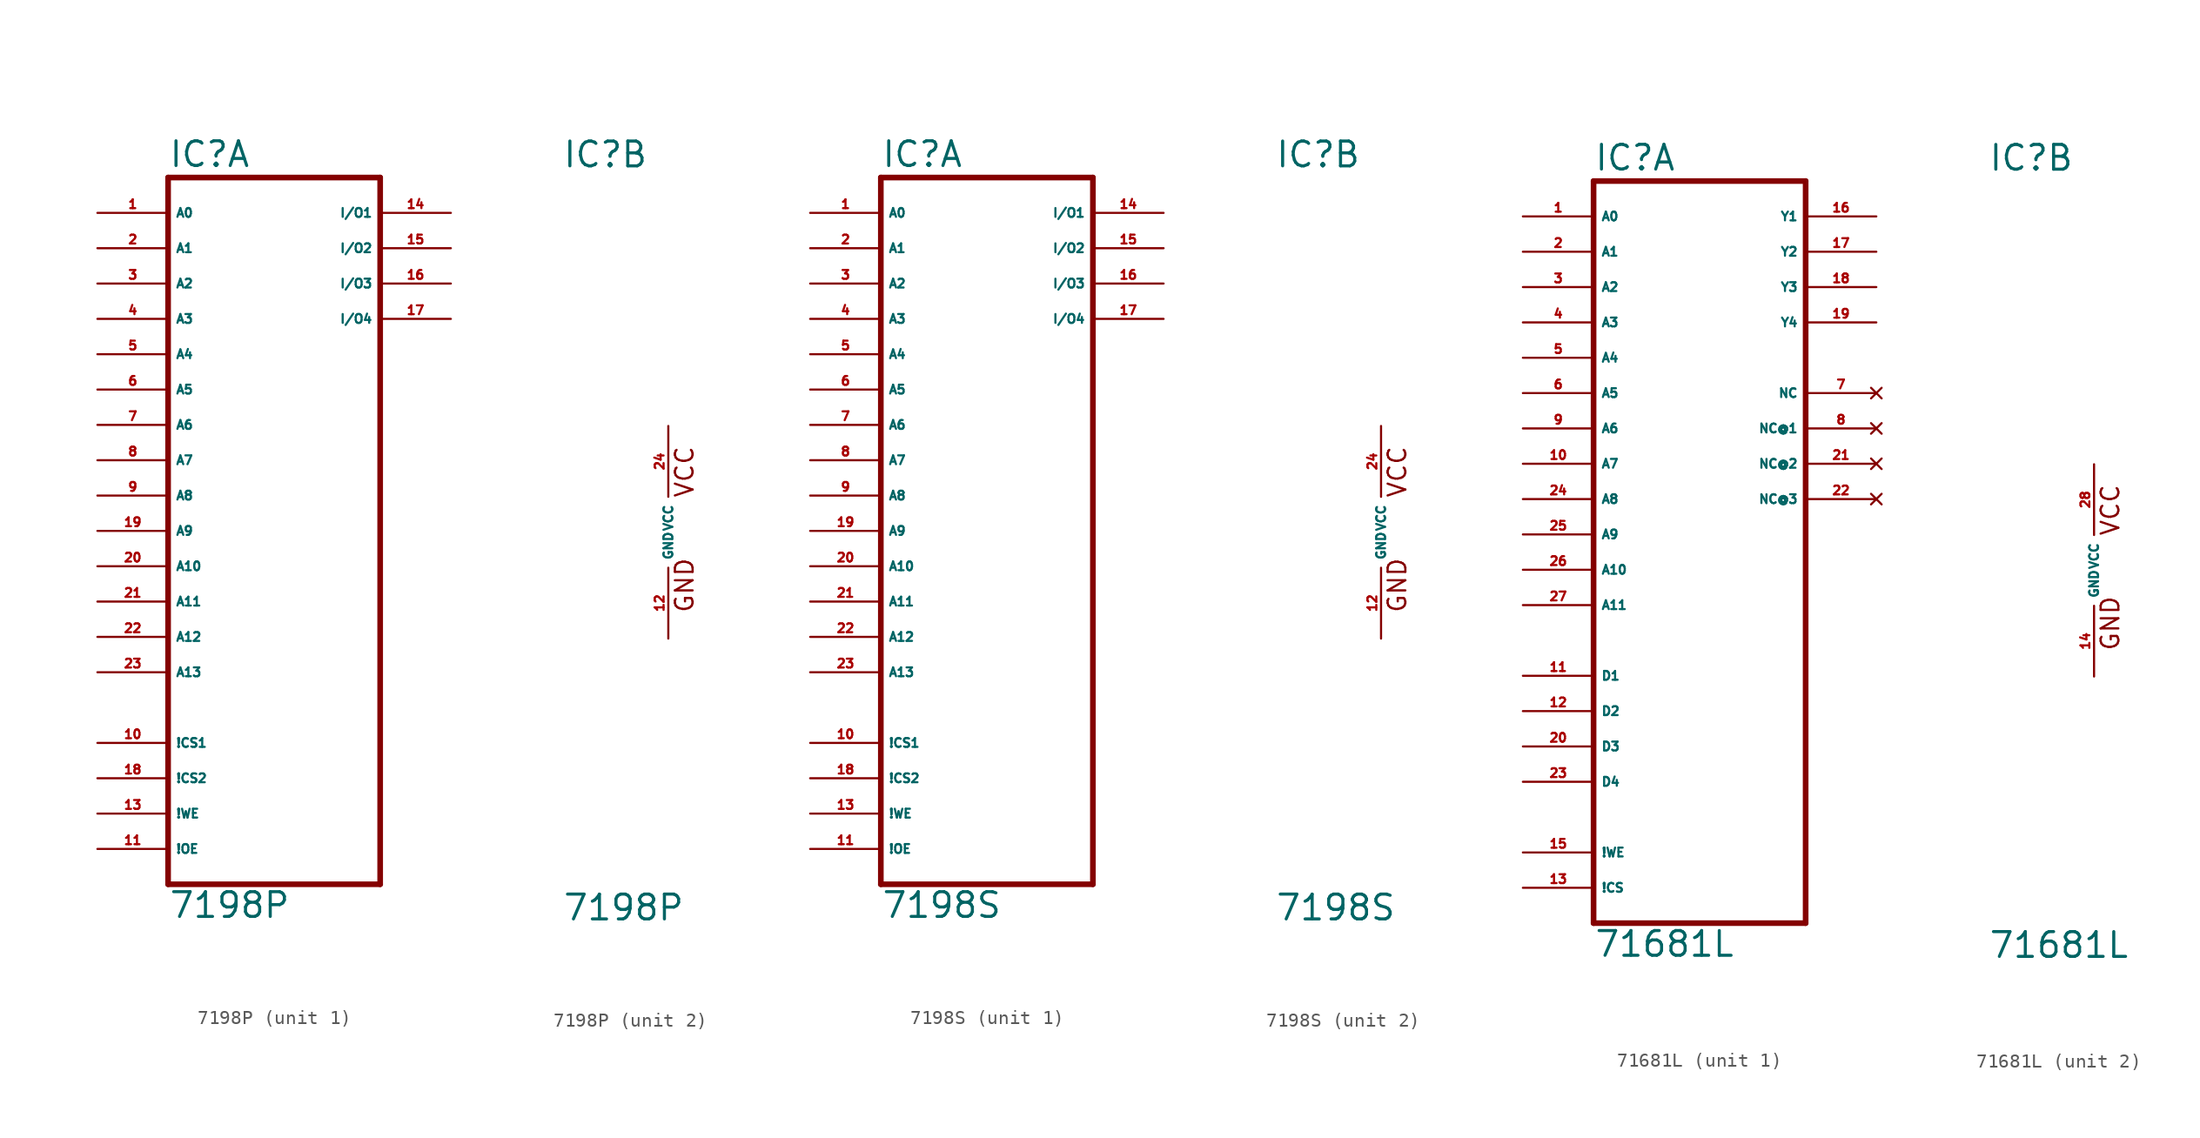
<source format=kicad_sym>
(kicad_symbol_lib
  (version 20220914)
  (generator Eagle2Kicad)
  (symbol "7198P"
    (property "Reference" "IC"
      (at -7.62 26.035 0)
      (effects (font (size 1.778 1.778) (thickness 0.22)) (justify left bottom)))
    (property "Value" "7198P"
      (at -7.62 -27.94 0)
      (effects (font (size 1.778 1.778) (thickness 0.22)) (justify left bottom)))
    (symbol "7198P_1_0"
      (polyline (pts (xy -7.62 -25.4) (xy 7.62 -25.4)) (stroke (width 0.406) (type default)) (fill (type none)))
      (polyline (pts (xy 7.62 -25.4) (xy 7.62 25.4)) (stroke (width 0.406) (type default)) (fill (type none)))
      (polyline (pts (xy 7.62 25.4) (xy -7.62 25.4)) (stroke (width 0.406) (type default)) (fill (type none)))
      (polyline (pts (xy -7.62 25.4) (xy -7.62 -25.4)) (stroke (width 0.406) (type default)) (fill (type none)))
      (pin input line (at -12.7 22.86 0) (length 5.08) (name "A0" (effects (font (size 0.635 0.635) (thickness 0.08)) (justify left bottom))) (number "1" (effects (font (size 0.635 0.635) (thickness 0.08)) (justify left bottom))))
      (pin input line (at -12.7 20.32 0) (length 5.08) (name "A1" (effects (font (size 0.635 0.635) (thickness 0.08)) (justify left bottom))) (number "2" (effects (font (size 0.635 0.635) (thickness 0.08)) (justify left bottom))))
      (pin input line (at -12.7 17.78 0) (length 5.08) (name "A2" (effects (font (size 0.635 0.635) (thickness 0.08)) (justify left bottom))) (number "3" (effects (font (size 0.635 0.635) (thickness 0.08)) (justify left bottom))))
      (pin input line (at -12.7 15.24 0) (length 5.08) (name "A3" (effects (font (size 0.635 0.635) (thickness 0.08)) (justify left bottom))) (number "4" (effects (font (size 0.635 0.635) (thickness 0.08)) (justify left bottom))))
      (pin input line (at -12.7 12.7 0) (length 5.08) (name "A4" (effects (font (size 0.635 0.635) (thickness 0.08)) (justify left bottom))) (number "5" (effects (font (size 0.635 0.635) (thickness 0.08)) (justify left bottom))))
      (pin input line (at -12.7 10.16 0) (length 5.08) (name "A5" (effects (font (size 0.635 0.635) (thickness 0.08)) (justify left bottom))) (number "6" (effects (font (size 0.635 0.635) (thickness 0.08)) (justify left bottom))))
      (pin input line (at -12.7 7.62 0) (length 5.08) (name "A6" (effects (font (size 0.635 0.635) (thickness 0.08)) (justify left bottom))) (number "7" (effects (font (size 0.635 0.635) (thickness 0.08)) (justify left bottom))))
      (pin input line (at -12.7 5.08 0) (length 5.08) (name "A7" (effects (font (size 0.635 0.635) (thickness 0.08)) (justify left bottom))) (number "8" (effects (font (size 0.635 0.635) (thickness 0.08)) (justify left bottom))))
      (pin input line (at -12.7 2.54 0) (length 5.08) (name "A8" (effects (font (size 0.635 0.635) (thickness 0.08)) (justify left bottom))) (number "9" (effects (font (size 0.635 0.635) (thickness 0.08)) (justify left bottom))))
      (pin input line (at -12.7 0 0) (length 5.08) (name "A9" (effects (font (size 0.635 0.635) (thickness 0.08)) (justify left bottom))) (number "19" (effects (font (size 0.635 0.635) (thickness 0.08)) (justify left bottom))))
      (pin input line (at -12.7 -2.54 0) (length 5.08) (name "A10" (effects (font (size 0.635 0.635) (thickness 0.08)) (justify left bottom))) (number "20" (effects (font (size 0.635 0.635) (thickness 0.08)) (justify left bottom))))
      (pin input line (at -12.7 -5.08 0) (length 5.08) (name "A11" (effects (font (size 0.635 0.635) (thickness 0.08)) (justify left bottom))) (number "21" (effects (font (size 0.635 0.635) (thickness 0.08)) (justify left bottom))))
      (pin input line (at -12.7 -7.62 0) (length 5.08) (name "A12" (effects (font (size 0.635 0.635) (thickness 0.08)) (justify left bottom))) (number "22" (effects (font (size 0.635 0.635) (thickness 0.08)) (justify left bottom))))
      (pin input line (at -12.7 -10.16 0) (length 5.08) (name "A13" (effects (font (size 0.635 0.635) (thickness 0.08)) (justify left bottom))) (number "23" (effects (font (size 0.635 0.635) (thickness 0.08)) (justify left bottom))))
      (pin input line (at -12.7 -17.78 0) (length 5.08) (name "!CS2" (effects (font (size 0.635 0.635) (thickness 0.08)) (justify left bottom))) (number "18" (effects (font (size 0.635 0.635) (thickness 0.08)) (justify left bottom))))
      (pin input line (at -12.7 -20.32 0) (length 5.08) (name "!WE" (effects (font (size 0.635 0.635) (thickness 0.08)) (justify left bottom))) (number "13" (effects (font (size 0.635 0.635) (thickness 0.08)) (justify left bottom))))
      (pin bidirectional line (at 12.7 22.86 180) (length 5.08) (name "I/O1" (effects (font (size 0.635 0.635) (thickness 0.08)) (justify left bottom))) (number "14" (effects (font (size 0.635 0.635) (thickness 0.08)) (justify left bottom))))
      (pin bidirectional line (at 12.7 20.32 180) (length 5.08) (name "I/O2" (effects (font (size 0.635 0.635) (thickness 0.08)) (justify left bottom))) (number "15" (effects (font (size 0.635 0.635) (thickness 0.08)) (justify left bottom))))
      (pin bidirectional line (at 12.7 17.78 180) (length 5.08) (name "I/O3" (effects (font (size 0.635 0.635) (thickness 0.08)) (justify left bottom))) (number "16" (effects (font (size 0.635 0.635) (thickness 0.08)) (justify left bottom))))
      (pin bidirectional line (at 12.7 15.24 180) (length 5.08) (name "I/O4" (effects (font (size 0.635 0.635) (thickness 0.08)) (justify left bottom))) (number "17" (effects (font (size 0.635 0.635) (thickness 0.08)) (justify left bottom))))
      (pin input line (at -12.7 -15.24 0) (length 5.08) (name "!CS1" (effects (font (size 0.635 0.635) (thickness 0.08)) (justify left bottom))) (number "10" (effects (font (size 0.635 0.635) (thickness 0.08)) (justify left bottom))))
      (pin input line (at -12.7 -22.86 0) (length 5.08) (name "!OE" (effects (font (size 0.635 0.635) (thickness 0.08)) (justify left bottom))) (number "11" (effects (font (size 0.635 0.635) (thickness 0.08)) (justify left bottom)))))
    (symbol "7198P_2_0"
      (text "GND" (at 1.905 -5.842 900) (effects (font (size 1.27 1.27) (thickness 0.16)) (justify left bottom)))
      (text "VCC" (at 1.905 2.413 900) (effects (font (size 1.27 1.27) (thickness 0.16)) (justify left bottom)))
      (pin unspecified line (at 0 7.62 270) (length 5.08) (name "VCC" (effects (font (size 0.635 0.635) (thickness 0.08)) (justify left bottom))) (number "24" (effects (font (size 0.635 0.635) (thickness 0.08)) (justify left bottom))))
      (pin unspecified line (at 0 -7.62 90) (length 5.08) (name "GND" (effects (font (size 0.635 0.635) (thickness 0.08)) (justify left bottom))) (number "12" (effects (font (size 0.635 0.635) (thickness 0.08)) (justify left bottom))))))
  (symbol "7198S"
    (property "Reference" "IC"
      (at -7.62 26.035 0)
      (effects (font (size 1.778 1.778) (thickness 0.22)) (justify left bottom)))
    (property "Value" "7198S"
      (at -7.62 -27.94 0)
      (effects (font (size 1.778 1.778) (thickness 0.22)) (justify left bottom)))
    (symbol "7198S_1_0"
      (polyline (pts (xy -7.62 -25.4) (xy 7.62 -25.4)) (stroke (width 0.406) (type default)) (fill (type none)))
      (polyline (pts (xy 7.62 -25.4) (xy 7.62 25.4)) (stroke (width 0.406) (type default)) (fill (type none)))
      (polyline (pts (xy 7.62 25.4) (xy -7.62 25.4)) (stroke (width 0.406) (type default)) (fill (type none)))
      (polyline (pts (xy -7.62 25.4) (xy -7.62 -25.4)) (stroke (width 0.406) (type default)) (fill (type none)))
      (pin input line (at -12.7 22.86 0) (length 5.08) (name "A0" (effects (font (size 0.635 0.635) (thickness 0.08)) (justify left bottom))) (number "1" (effects (font (size 0.635 0.635) (thickness 0.08)) (justify left bottom))))
      (pin input line (at -12.7 20.32 0) (length 5.08) (name "A1" (effects (font (size 0.635 0.635) (thickness 0.08)) (justify left bottom))) (number "2" (effects (font (size 0.635 0.635) (thickness 0.08)) (justify left bottom))))
      (pin input line (at -12.7 17.78 0) (length 5.08) (name "A2" (effects (font (size 0.635 0.635) (thickness 0.08)) (justify left bottom))) (number "3" (effects (font (size 0.635 0.635) (thickness 0.08)) (justify left bottom))))
      (pin input line (at -12.7 15.24 0) (length 5.08) (name "A3" (effects (font (size 0.635 0.635) (thickness 0.08)) (justify left bottom))) (number "4" (effects (font (size 0.635 0.635) (thickness 0.08)) (justify left bottom))))
      (pin input line (at -12.7 12.7 0) (length 5.08) (name "A4" (effects (font (size 0.635 0.635) (thickness 0.08)) (justify left bottom))) (number "5" (effects (font (size 0.635 0.635) (thickness 0.08)) (justify left bottom))))
      (pin input line (at -12.7 10.16 0) (length 5.08) (name "A5" (effects (font (size 0.635 0.635) (thickness 0.08)) (justify left bottom))) (number "6" (effects (font (size 0.635 0.635) (thickness 0.08)) (justify left bottom))))
      (pin input line (at -12.7 7.62 0) (length 5.08) (name "A6" (effects (font (size 0.635 0.635) (thickness 0.08)) (justify left bottom))) (number "7" (effects (font (size 0.635 0.635) (thickness 0.08)) (justify left bottom))))
      (pin input line (at -12.7 5.08 0) (length 5.08) (name "A7" (effects (font (size 0.635 0.635) (thickness 0.08)) (justify left bottom))) (number "8" (effects (font (size 0.635 0.635) (thickness 0.08)) (justify left bottom))))
      (pin input line (at -12.7 2.54 0) (length 5.08) (name "A8" (effects (font (size 0.635 0.635) (thickness 0.08)) (justify left bottom))) (number "9" (effects (font (size 0.635 0.635) (thickness 0.08)) (justify left bottom))))
      (pin input line (at -12.7 0 0) (length 5.08) (name "A9" (effects (font (size 0.635 0.635) (thickness 0.08)) (justify left bottom))) (number "19" (effects (font (size 0.635 0.635) (thickness 0.08)) (justify left bottom))))
      (pin input line (at -12.7 -2.54 0) (length 5.08) (name "A10" (effects (font (size 0.635 0.635) (thickness 0.08)) (justify left bottom))) (number "20" (effects (font (size 0.635 0.635) (thickness 0.08)) (justify left bottom))))
      (pin input line (at -12.7 -5.08 0) (length 5.08) (name "A11" (effects (font (size 0.635 0.635) (thickness 0.08)) (justify left bottom))) (number "21" (effects (font (size 0.635 0.635) (thickness 0.08)) (justify left bottom))))
      (pin input line (at -12.7 -7.62 0) (length 5.08) (name "A12" (effects (font (size 0.635 0.635) (thickness 0.08)) (justify left bottom))) (number "22" (effects (font (size 0.635 0.635) (thickness 0.08)) (justify left bottom))))
      (pin input line (at -12.7 -10.16 0) (length 5.08) (name "A13" (effects (font (size 0.635 0.635) (thickness 0.08)) (justify left bottom))) (number "23" (effects (font (size 0.635 0.635) (thickness 0.08)) (justify left bottom))))
      (pin input line (at -12.7 -17.78 0) (length 5.08) (name "!CS2" (effects (font (size 0.635 0.635) (thickness 0.08)) (justify left bottom))) (number "18" (effects (font (size 0.635 0.635) (thickness 0.08)) (justify left bottom))))
      (pin input line (at -12.7 -20.32 0) (length 5.08) (name "!WE" (effects (font (size 0.635 0.635) (thickness 0.08)) (justify left bottom))) (number "13" (effects (font (size 0.635 0.635) (thickness 0.08)) (justify left bottom))))
      (pin bidirectional line (at 12.7 22.86 180) (length 5.08) (name "I/O1" (effects (font (size 0.635 0.635) (thickness 0.08)) (justify left bottom))) (number "14" (effects (font (size 0.635 0.635) (thickness 0.08)) (justify left bottom))))
      (pin bidirectional line (at 12.7 20.32 180) (length 5.08) (name "I/O2" (effects (font (size 0.635 0.635) (thickness 0.08)) (justify left bottom))) (number "15" (effects (font (size 0.635 0.635) (thickness 0.08)) (justify left bottom))))
      (pin bidirectional line (at 12.7 17.78 180) (length 5.08) (name "I/O3" (effects (font (size 0.635 0.635) (thickness 0.08)) (justify left bottom))) (number "16" (effects (font (size 0.635 0.635) (thickness 0.08)) (justify left bottom))))
      (pin bidirectional line (at 12.7 15.24 180) (length 5.08) (name "I/O4" (effects (font (size 0.635 0.635) (thickness 0.08)) (justify left bottom))) (number "17" (effects (font (size 0.635 0.635) (thickness 0.08)) (justify left bottom))))
      (pin input line (at -12.7 -15.24 0) (length 5.08) (name "!CS1" (effects (font (size 0.635 0.635) (thickness 0.08)) (justify left bottom))) (number "10" (effects (font (size 0.635 0.635) (thickness 0.08)) (justify left bottom))))
      (pin input line (at -12.7 -22.86 0) (length 5.08) (name "!OE" (effects (font (size 0.635 0.635) (thickness 0.08)) (justify left bottom))) (number "11" (effects (font (size 0.635 0.635) (thickness 0.08)) (justify left bottom)))))
    (symbol "7198S_2_0"
      (text "GND" (at 1.905 -5.842 900) (effects (font (size 1.27 1.27) (thickness 0.16)) (justify left bottom)))
      (text "VCC" (at 1.905 2.413 900) (effects (font (size 1.27 1.27) (thickness 0.16)) (justify left bottom)))
      (pin unspecified line (at 0 7.62 270) (length 5.08) (name "VCC" (effects (font (size 0.635 0.635) (thickness 0.08)) (justify left bottom))) (number "24" (effects (font (size 0.635 0.635) (thickness 0.08)) (justify left bottom))))
      (pin unspecified line (at 0 -7.62 90) (length 5.08) (name "GND" (effects (font (size 0.635 0.635) (thickness 0.08)) (justify left bottom))) (number "12" (effects (font (size 0.635 0.635) (thickness 0.08)) (justify left bottom))))))
  (symbol "71681L"
    (property "Reference" "IC"
      (at -7.62 28.575 0)
      (effects (font (size 1.778 1.778) (thickness 0.22)) (justify left bottom)))
    (property "Value" "71681L"
      (at -7.62 -27.94 0)
      (effects (font (size 1.778 1.778) (thickness 0.22)) (justify left bottom)))
    (symbol "71681L_1_0"
      (polyline (pts (xy -7.62 -25.4) (xy 7.62 -25.4)) (stroke (width 0.406) (type default)) (fill (type none)))
      (polyline (pts (xy 7.62 -25.4) (xy 7.62 27.94)) (stroke (width 0.406) (type default)) (fill (type none)))
      (polyline (pts (xy 7.62 27.94) (xy -7.62 27.94)) (stroke (width 0.406) (type default)) (fill (type none)))
      (polyline (pts (xy -7.62 27.94) (xy -7.62 -25.4)) (stroke (width 0.406) (type default)) (fill (type none)))
      (pin input line (at -12.7 25.4 0) (length 5.08) (name "A0" (effects (font (size 0.635 0.635) (thickness 0.08)) (justify left bottom))) (number "1" (effects (font (size 0.635 0.635) (thickness 0.08)) (justify left bottom))))
      (pin input line (at -12.7 22.86 0) (length 5.08) (name "A1" (effects (font (size 0.635 0.635) (thickness 0.08)) (justify left bottom))) (number "2" (effects (font (size 0.635 0.635) (thickness 0.08)) (justify left bottom))))
      (pin input line (at -12.7 20.32 0) (length 5.08) (name "A2" (effects (font (size 0.635 0.635) (thickness 0.08)) (justify left bottom))) (number "3" (effects (font (size 0.635 0.635) (thickness 0.08)) (justify left bottom))))
      (pin input line (at -12.7 17.78 0) (length 5.08) (name "A3" (effects (font (size 0.635 0.635) (thickness 0.08)) (justify left bottom))) (number "4" (effects (font (size 0.635 0.635) (thickness 0.08)) (justify left bottom))))
      (pin input line (at -12.7 15.24 0) (length 5.08) (name "A4" (effects (font (size 0.635 0.635) (thickness 0.08)) (justify left bottom))) (number "5" (effects (font (size 0.635 0.635) (thickness 0.08)) (justify left bottom))))
      (pin input line (at -12.7 12.7 0) (length 5.08) (name "A5" (effects (font (size 0.635 0.635) (thickness 0.08)) (justify left bottom))) (number "6" (effects (font (size 0.635 0.635) (thickness 0.08)) (justify left bottom))))
      (pin input line (at -12.7 10.16 0) (length 5.08) (name "A6" (effects (font (size 0.635 0.635) (thickness 0.08)) (justify left bottom))) (number "9" (effects (font (size 0.635 0.635) (thickness 0.08)) (justify left bottom))))
      (pin input line (at -12.7 7.62 0) (length 5.08) (name "A7" (effects (font (size 0.635 0.635) (thickness 0.08)) (justify left bottom))) (number "10" (effects (font (size 0.635 0.635) (thickness 0.08)) (justify left bottom))))
      (pin input line (at -12.7 5.08 0) (length 5.08) (name "A8" (effects (font (size 0.635 0.635) (thickness 0.08)) (justify left bottom))) (number "24" (effects (font (size 0.635 0.635) (thickness 0.08)) (justify left bottom))))
      (pin input line (at -12.7 2.54 0) (length 5.08) (name "A9" (effects (font (size 0.635 0.635) (thickness 0.08)) (justify left bottom))) (number "25" (effects (font (size 0.635 0.635) (thickness 0.08)) (justify left bottom))))
      (pin input line (at -12.7 0 0) (length 5.08) (name "A10" (effects (font (size 0.635 0.635) (thickness 0.08)) (justify left bottom))) (number "26" (effects (font (size 0.635 0.635) (thickness 0.08)) (justify left bottom))))
      (pin input line (at -12.7 -2.54 0) (length 5.08) (name "A11" (effects (font (size 0.635 0.635) (thickness 0.08)) (justify left bottom))) (number "27" (effects (font (size 0.635 0.635) (thickness 0.08)) (justify left bottom))))
      (pin input line (at -12.7 -7.62 0) (length 5.08) (name "D1" (effects (font (size 0.635 0.635) (thickness 0.08)) (justify left bottom))) (number "11" (effects (font (size 0.635 0.635) (thickness 0.08)) (justify left bottom))))
      (pin input line (at -12.7 -10.16 0) (length 5.08) (name "D2" (effects (font (size 0.635 0.635) (thickness 0.08)) (justify left bottom))) (number "12" (effects (font (size 0.635 0.635) (thickness 0.08)) (justify left bottom))))
      (pin input line (at -12.7 -12.7 0) (length 5.08) (name "D3" (effects (font (size 0.635 0.635) (thickness 0.08)) (justify left bottom))) (number "20" (effects (font (size 0.635 0.635) (thickness 0.08)) (justify left bottom))))
      (pin input line (at -12.7 -15.24 0) (length 5.08) (name "D4" (effects (font (size 0.635 0.635) (thickness 0.08)) (justify left bottom))) (number "23" (effects (font (size 0.635 0.635) (thickness 0.08)) (justify left bottom))))
      (pin input line (at -12.7 -20.32 0) (length 5.08) (name "!WE" (effects (font (size 0.635 0.635) (thickness 0.08)) (justify left bottom))) (number "15" (effects (font (size 0.635 0.635) (thickness 0.08)) (justify left bottom))))
      (pin input line (at -12.7 -22.86 0) (length 5.08) (name "!CS" (effects (font (size 0.635 0.635) (thickness 0.08)) (justify left bottom))) (number "13" (effects (font (size 0.635 0.635) (thickness 0.08)) (justify left bottom))))
      (pin output line (at 12.7 25.4 180) (length 5.08) (name "Y1" (effects (font (size 0.635 0.635) (thickness 0.08)) (justify left bottom))) (number "16" (effects (font (size 0.635 0.635) (thickness 0.08)) (justify left bottom))))
      (pin output line (at 12.7 22.86 180) (length 5.08) (name "Y2" (effects (font (size 0.635 0.635) (thickness 0.08)) (justify left bottom))) (number "17" (effects (font (size 0.635 0.635) (thickness 0.08)) (justify left bottom))))
      (pin output line (at 12.7 20.32 180) (length 5.08) (name "Y3" (effects (font (size 0.635 0.635) (thickness 0.08)) (justify left bottom))) (number "18" (effects (font (size 0.635 0.635) (thickness 0.08)) (justify left bottom))))
      (pin output line (at 12.7 17.78 180) (length 5.08) (name "Y4" (effects (font (size 0.635 0.635) (thickness 0.08)) (justify left bottom))) (number "19" (effects (font (size 0.635 0.635) (thickness 0.08)) (justify left bottom))))
      (pin no_connect line (at 12.7 12.7 180) (length 5.08) (name "NC" (effects (font (size 0.635 0.635) (thickness 0.08)) (justify left bottom) hide)) (number "7" (effects (font (size 0.635 0.635) (thickness 0.08)) (justify left bottom) hide)))
      (pin no_connect line (at 12.7 10.16 180) (length 5.08) (name "NC@1" (effects (font (size 0.635 0.635) (thickness 0.08)) (justify left bottom) hide)) (number "8" (effects (font (size 0.635 0.635) (thickness 0.08)) (justify left bottom) hide)))
      (pin no_connect line (at 12.7 7.62 180) (length 5.08) (name "NC@2" (effects (font (size 0.635 0.635) (thickness 0.08)) (justify left bottom) hide)) (number "21" (effects (font (size 0.635 0.635) (thickness 0.08)) (justify left bottom) hide)))
      (pin no_connect line (at 12.7 5.08 180) (length 5.08) (name "NC@3" (effects (font (size 0.635 0.635) (thickness 0.08)) (justify left bottom) hide)) (number "22" (effects (font (size 0.635 0.635) (thickness 0.08)) (justify left bottom) hide))))
    (symbol "71681L_2_0"
      (text "GND" (at 1.905 -5.842 900) (effects (font (size 1.27 1.27) (thickness 0.16)) (justify left bottom)))
      (text "VCC" (at 1.905 2.413 900) (effects (font (size 1.27 1.27) (thickness 0.16)) (justify left bottom)))
      (pin unspecified line (at 0 7.62 270) (length 5.08) (name "VCC" (effects (font (size 0.635 0.635) (thickness 0.08)) (justify left bottom))) (number "28" (effects (font (size 0.635 0.635) (thickness 0.08)) (justify left bottom))))
      (pin unspecified line (at 0 -7.62 90) (length 5.08) (name "GND" (effects (font (size 0.635 0.635) (thickness 0.08)) (justify left bottom))) (number "14" (effects (font (size 0.635 0.635) (thickness 0.08)) (justify left bottom)))))))
</source>
